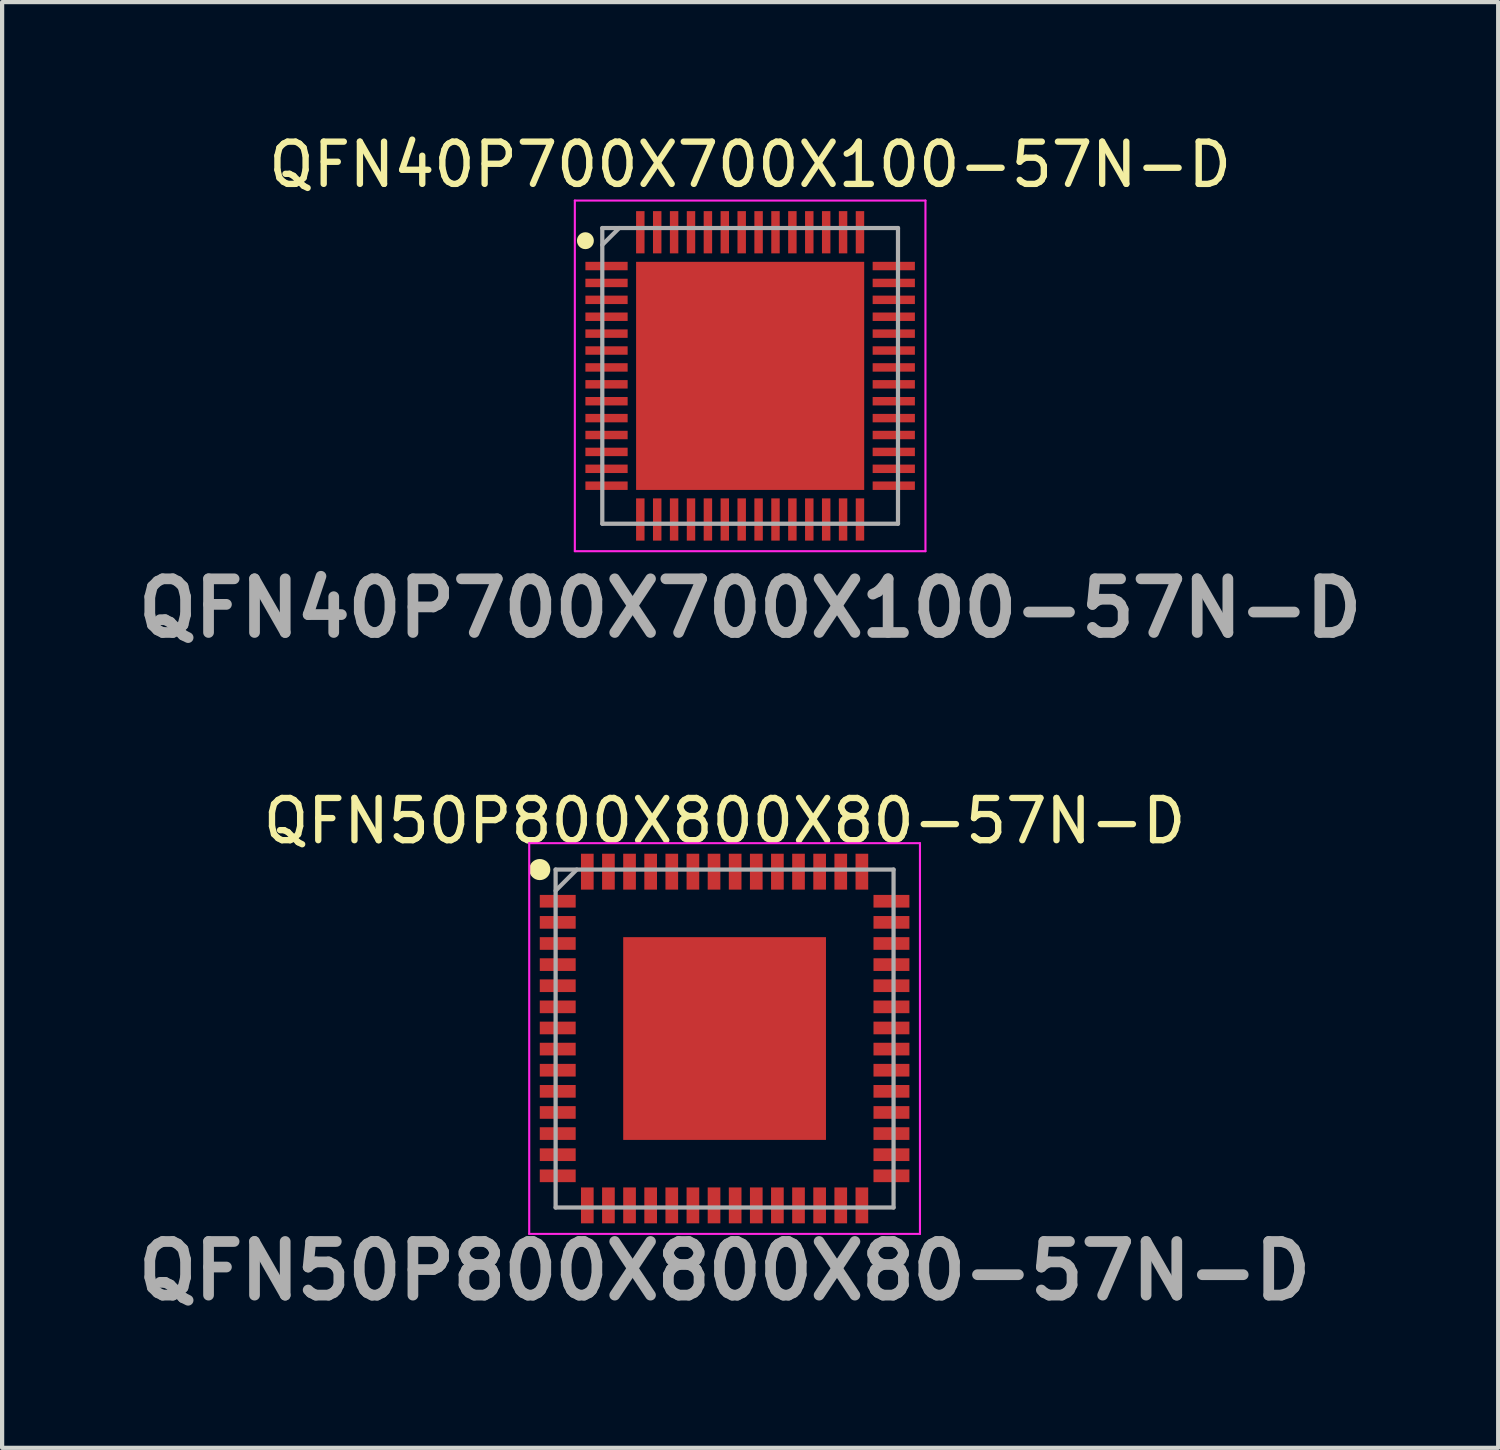
<source format=kicad_pcb>
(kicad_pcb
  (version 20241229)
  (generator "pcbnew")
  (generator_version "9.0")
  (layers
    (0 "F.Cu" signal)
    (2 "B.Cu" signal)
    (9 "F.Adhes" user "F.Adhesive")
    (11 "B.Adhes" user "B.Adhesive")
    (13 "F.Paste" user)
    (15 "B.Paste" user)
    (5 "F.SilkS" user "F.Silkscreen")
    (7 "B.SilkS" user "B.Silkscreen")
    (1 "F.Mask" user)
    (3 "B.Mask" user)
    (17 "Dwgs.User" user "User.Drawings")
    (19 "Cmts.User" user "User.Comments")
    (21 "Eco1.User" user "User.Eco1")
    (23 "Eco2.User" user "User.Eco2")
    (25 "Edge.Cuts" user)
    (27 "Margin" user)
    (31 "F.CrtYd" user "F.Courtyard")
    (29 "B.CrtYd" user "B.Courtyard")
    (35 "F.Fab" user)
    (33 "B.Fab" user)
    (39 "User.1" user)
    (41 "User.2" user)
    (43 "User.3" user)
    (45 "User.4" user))
  (footprint "QFN40P700X700X100-57N-D"
    (layer "F.Cu")
    (at 14.708 5.848)
    (property "Reference" "QFN40P700X700X100-57N-D" (at 0 -5 0) (layer "F.SilkS") (effects (font (size 1 1) (thickness 0.15))))
    (attr smd)
    (fp_circle (center -3.9 -3.2) (end -3.9 -3.1) (stroke (width 0.2) (type solid)) (fill no) (layer "F.SilkS"))
    (fp_line (start -4.15 -4.15) (end 4.15 -4.15) (stroke (width 0.05) (type solid)) (layer "F.CrtYd"))
    (fp_line (start -4.15 4.15) (end -4.15 -4.15) (stroke (width 0.05) (type solid)) (layer "F.CrtYd"))
    (fp_line (start 4.15 -4.15) (end 4.15 4.15) (stroke (width 0.05) (type solid)) (layer "F.CrtYd"))
    (fp_line (start 4.15 4.15) (end -4.15 4.15) (stroke (width 0.05) (type solid)) (layer "F.CrtYd"))
    (fp_line (start -3.5 -3.5) (end 3.5 -3.5) (stroke (width 0.1) (type solid)) (layer "F.Fab"))
    (fp_line (start -3.5 -3.1) (end -3.1 -3.5) (stroke (width 0.1) (type solid)) (layer "F.Fab"))
    (fp_line (start -3.5 3.5) (end -3.5 -3.5) (stroke (width 0.1) (type solid)) (layer "F.Fab"))
    (fp_line (start 3.5 -3.5) (end 3.5 3.5) (stroke (width 0.1) (type solid)) (layer "F.Fab"))
    (fp_line (start 3.5 3.5) (end -3.5 3.5) (stroke (width 0.1) (type solid)) (layer "F.Fab"))
    (fp_text user "${REFERENCE}" (at 0 5.5 0) (layer "F.Fab") (effects (font (size 1.27 1.27) (thickness 0.254))))
    (pad "1" smd rect (at -3.4 -2.6 90) (size 0.2 1) (layers "F.Cu" "F.Mask" "F.Paste"))
    (pad "2" smd rect (at -3.4 -2.2 90) (size 0.2 1) (layers "F.Cu" "F.Mask" "F.Paste"))
    (pad "3" smd rect (at -3.4 -1.8 90) (size 0.2 1) (layers "F.Cu" "F.Mask" "F.Paste"))
    (pad "4" smd rect (at -3.4 -1.4 90) (size 0.2 1) (layers "F.Cu" "F.Mask" "F.Paste"))
    (pad "5" smd rect (at -3.4 -1 90) (size 0.2 1) (layers "F.Cu" "F.Mask" "F.Paste"))
    (pad "6" smd rect (at -3.4 -0.6 90) (size 0.2 1) (layers "F.Cu" "F.Mask" "F.Paste"))
    (pad "7" smd rect (at -3.4 -0.2 90) (size 0.2 1) (layers "F.Cu" "F.Mask" "F.Paste"))
    (pad "8" smd rect (at -3.4 0.2 90) (size 0.2 1) (layers "F.Cu" "F.Mask" "F.Paste"))
    (pad "9" smd rect (at -3.4 0.6 90) (size 0.2 1) (layers "F.Cu" "F.Mask" "F.Paste"))
    (pad "10" smd rect (at -3.4 1 90) (size 0.2 1) (layers "F.Cu" "F.Mask" "F.Paste"))
    (pad "11" smd rect (at -3.4 1.4 90) (size 0.2 1) (layers "F.Cu" "F.Mask" "F.Paste"))
    (pad "12" smd rect (at -3.4 1.8 90) (size 0.2 1) (layers "F.Cu" "F.Mask" "F.Paste"))
    (pad "13" smd rect (at -3.4 2.2 90) (size 0.2 1) (layers "F.Cu" "F.Mask" "F.Paste"))
    (pad "14" smd rect (at -3.4 2.6 90) (size 0.2 1) (layers "F.Cu" "F.Mask" "F.Paste"))
    (pad "15" smd rect (at -2.6 3.4) (size 0.2 1) (layers "F.Cu" "F.Mask" "F.Paste"))
    (pad "16" smd rect (at -2.2 3.4) (size 0.2 1) (layers "F.Cu" "F.Mask" "F.Paste"))
    (pad "17" smd rect (at -1.8 3.4) (size 0.2 1) (layers "F.Cu" "F.Mask" "F.Paste"))
    (pad "18" smd rect (at -1.4 3.4) (size 0.2 1) (layers "F.Cu" "F.Mask" "F.Paste"))
    (pad "19" smd rect (at -1 3.4) (size 0.2 1) (layers "F.Cu" "F.Mask" "F.Paste"))
    (pad "20" smd rect (at -0.6 3.4) (size 0.2 1) (layers "F.Cu" "F.Mask" "F.Paste"))
    (pad "21" smd rect (at -0.2 3.4) (size 0.2 1) (layers "F.Cu" "F.Mask" "F.Paste"))
    (pad "22" smd rect (at 0.2 3.4) (size 0.2 1) (layers "F.Cu" "F.Mask" "F.Paste"))
    (pad "23" smd rect (at 0.6 3.4) (size 0.2 1) (layers "F.Cu" "F.Mask" "F.Paste"))
    (pad "24" smd rect (at 1 3.4) (size 0.2 1) (layers "F.Cu" "F.Mask" "F.Paste"))
    (pad "25" smd rect (at 1.4 3.4) (size 0.2 1) (layers "F.Cu" "F.Mask" "F.Paste"))
    (pad "26" smd rect (at 1.8 3.4) (size 0.2 1) (layers "F.Cu" "F.Mask" "F.Paste"))
    (pad "27" smd rect (at 2.2 3.4) (size 0.2 1) (layers "F.Cu" "F.Mask" "F.Paste"))
    (pad "28" smd rect (at 2.6 3.4) (size 0.2 1) (layers "F.Cu" "F.Mask" "F.Paste"))
    (pad "29" smd rect (at 3.4 2.6 90) (size 0.2 1) (layers "F.Cu" "F.Mask" "F.Paste"))
    (pad "30" smd rect (at 3.4 2.2 90) (size 0.2 1) (layers "F.Cu" "F.Mask" "F.Paste"))
    (pad "31" smd rect (at 3.4 1.8 90) (size 0.2 1) (layers "F.Cu" "F.Mask" "F.Paste"))
    (pad "32" smd rect (at 3.4 1.4 90) (size 0.2 1) (layers "F.Cu" "F.Mask" "F.Paste"))
    (pad "33" smd rect (at 3.4 1 90) (size 0.2 1) (layers "F.Cu" "F.Mask" "F.Paste"))
    (pad "34" smd rect (at 3.4 0.6 90) (size 0.2 1) (layers "F.Cu" "F.Mask" "F.Paste"))
    (pad "35" smd rect (at 3.4 0.2 90) (size 0.2 1) (layers "F.Cu" "F.Mask" "F.Paste"))
    (pad "36" smd rect (at 3.4 -0.2 90) (size 0.2 1) (layers "F.Cu" "F.Mask" "F.Paste"))
    (pad "37" smd rect (at 3.4 -0.6 90) (size 0.2 1) (layers "F.Cu" "F.Mask" "F.Paste"))
    (pad "38" smd rect (at 3.4 -1 90) (size 0.2 1) (layers "F.Cu" "F.Mask" "F.Paste"))
    (pad "39" smd rect (at 3.4 -1.4 90) (size 0.2 1) (layers "F.Cu" "F.Mask" "F.Paste"))
    (pad "40" smd rect (at 3.4 -1.8 90) (size 0.2 1) (layers "F.Cu" "F.Mask" "F.Paste"))
    (pad "41" smd rect (at 3.4 -2.2 90) (size 0.2 1) (layers "F.Cu" "F.Mask" "F.Paste"))
    (pad "42" smd rect (at 3.4 -2.6 90) (size 0.2 1) (layers "F.Cu" "F.Mask" "F.Paste"))
    (pad "43" smd rect (at 2.6 -3.4) (size 0.2 1) (layers "F.Cu" "F.Mask" "F.Paste"))
    (pad "44" smd rect (at 2.2 -3.4) (size 0.2 1) (layers "F.Cu" "F.Mask" "F.Paste"))
    (pad "45" smd rect (at 1.8 -3.4) (size 0.2 1) (layers "F.Cu" "F.Mask" "F.Paste"))
    (pad "46" smd rect (at 1.4 -3.4) (size 0.2 1) (layers "F.Cu" "F.Mask" "F.Paste"))
    (pad "47" smd rect (at 1 -3.4) (size 0.2 1) (layers "F.Cu" "F.Mask" "F.Paste"))
    (pad "48" smd rect (at 0.6 -3.4) (size 0.2 1) (layers "F.Cu" "F.Mask" "F.Paste"))
    (pad "49" smd rect (at 0.2 -3.4) (size 0.2 1) (layers "F.Cu" "F.Mask" "F.Paste"))
    (pad "50" smd rect (at -0.2 -3.4) (size 0.2 1) (layers "F.Cu" "F.Mask" "F.Paste"))
    (pad "51" smd rect (at -0.6 -3.4) (size 0.2 1) (layers "F.Cu" "F.Mask" "F.Paste"))
    (pad "52" smd rect (at -1 -3.4) (size 0.2 1) (layers "F.Cu" "F.Mask" "F.Paste"))
    (pad "53" smd rect (at -1.4 -3.4) (size 0.2 1) (layers "F.Cu" "F.Mask" "F.Paste"))
    (pad "54" smd rect (at -1.8 -3.4) (size 0.2 1) (layers "F.Cu" "F.Mask" "F.Paste"))
    (pad "55" smd rect (at -2.2 -3.4) (size 0.2 1) (layers "F.Cu" "F.Mask" "F.Paste"))
    (pad "56" smd rect (at -2.6 -3.4) (size 0.2 1) (layers "F.Cu" "F.Mask" "F.Paste"))
    (pad "57" smd rect (at 0 0) (size 5.4 5.4) (layers "F.Cu" "F.Mask" "F.Paste")))
  (footprint "QFN50P800X800X80-57N-D"
    (layer "F.Cu")
    (at 14.103 21.535)
    (property "Reference" "QFN50P800X800X80-57N-D" (at 0 -5.15 0) (layer "F.SilkS") (effects (font (size 1 1) (thickness 0.15))))
    (attr smd)
    (fp_circle (center -4.375 -4) (end -4.375 -3.875) (stroke (width 0.25) (type solid)) (fill no) (layer "F.SilkS"))
    (fp_line (start -4.625 -4.625) (end 4.625 -4.625) (stroke (width 0.05) (type solid)) (layer "F.CrtYd"))
    (fp_line (start -4.625 4.625) (end -4.625 -4.625) (stroke (width 0.05) (type solid)) (layer "F.CrtYd"))
    (fp_line (start 4.625 -4.625) (end 4.625 4.625) (stroke (width 0.05) (type solid)) (layer "F.CrtYd"))
    (fp_line (start 4.625 4.625) (end -4.625 4.625) (stroke (width 0.05) (type solid)) (layer "F.CrtYd"))
    (fp_line (start -4 -4) (end 4 -4) (stroke (width 0.1) (type solid)) (layer "F.Fab"))
    (fp_line (start -4 -3.5) (end -3.5 -4) (stroke (width 0.1) (type solid)) (layer "F.Fab"))
    (fp_line (start -4 4) (end -4 -4) (stroke (width 0.1) (type solid)) (layer "F.Fab"))
    (fp_line (start 4 -4) (end 4 4) (stroke (width 0.1) (type solid)) (layer "F.Fab"))
    (fp_line (start 4 4) (end -4 4) (stroke (width 0.1) (type solid)) (layer "F.Fab"))
    (fp_text user "${REFERENCE}" (at 0 5.5 0) (layer "F.Fab") (effects (font (size 1.27 1.27) (thickness 0.254))))
    (pad "1" smd rect (at -3.95 -3.25 90) (size 0.3 0.85) (layers "F.Cu" "F.Mask" "F.Paste"))
    (pad "2" smd rect (at -3.95 -2.75 90) (size 0.3 0.85) (layers "F.Cu" "F.Mask" "F.Paste"))
    (pad "3" smd rect (at -3.95 -2.25 90) (size 0.3 0.85) (layers "F.Cu" "F.Mask" "F.Paste"))
    (pad "4" smd rect (at -3.95 -1.75 90) (size 0.3 0.85) (layers "F.Cu" "F.Mask" "F.Paste"))
    (pad "5" smd rect (at -3.95 -1.25 90) (size 0.3 0.85) (layers "F.Cu" "F.Mask" "F.Paste"))
    (pad "6" smd rect (at -3.95 -0.75 90) (size 0.3 0.85) (layers "F.Cu" "F.Mask" "F.Paste"))
    (pad "7" smd rect (at -3.95 -0.25 90) (size 0.3 0.85) (layers "F.Cu" "F.Mask" "F.Paste"))
    (pad "8" smd rect (at -3.95 0.25 90) (size 0.3 0.85) (layers "F.Cu" "F.Mask" "F.Paste"))
    (pad "9" smd rect (at -3.95 0.75 90) (size 0.3 0.85) (layers "F.Cu" "F.Mask" "F.Paste"))
    (pad "10" smd rect (at -3.95 1.25 90) (size 0.3 0.85) (layers "F.Cu" "F.Mask" "F.Paste"))
    (pad "11" smd rect (at -3.95 1.75 90) (size 0.3 0.85) (layers "F.Cu" "F.Mask" "F.Paste"))
    (pad "12" smd rect (at -3.95 2.25 90) (size 0.3 0.85) (layers "F.Cu" "F.Mask" "F.Paste"))
    (pad "13" smd rect (at -3.95 2.75 90) (size 0.3 0.85) (layers "F.Cu" "F.Mask" "F.Paste"))
    (pad "14" smd rect (at -3.95 3.25 90) (size 0.3 0.85) (layers "F.Cu" "F.Mask" "F.Paste"))
    (pad "15" smd rect (at -3.25 3.95) (size 0.3 0.85) (layers "F.Cu" "F.Mask" "F.Paste"))
    (pad "16" smd rect (at -2.75 3.95) (size 0.3 0.85) (layers "F.Cu" "F.Mask" "F.Paste"))
    (pad "17" smd rect (at -2.25 3.95) (size 0.3 0.85) (layers "F.Cu" "F.Mask" "F.Paste"))
    (pad "18" smd rect (at -1.75 3.95) (size 0.3 0.85) (layers "F.Cu" "F.Mask" "F.Paste"))
    (pad "19" smd rect (at -1.25 3.95) (size 0.3 0.85) (layers "F.Cu" "F.Mask" "F.Paste"))
    (pad "20" smd rect (at -0.75 3.95) (size 0.3 0.85) (layers "F.Cu" "F.Mask" "F.Paste"))
    (pad "21" smd rect (at -0.25 3.95) (size 0.3 0.85) (layers "F.Cu" "F.Mask" "F.Paste"))
    (pad "22" smd rect (at 0.25 3.95) (size 0.3 0.85) (layers "F.Cu" "F.Mask" "F.Paste"))
    (pad "23" smd rect (at 0.75 3.95) (size 0.3 0.85) (layers "F.Cu" "F.Mask" "F.Paste"))
    (pad "24" smd rect (at 1.25 3.95) (size 0.3 0.85) (layers "F.Cu" "F.Mask" "F.Paste"))
    (pad "25" smd rect (at 1.75 3.95) (size 0.3 0.85) (layers "F.Cu" "F.Mask" "F.Paste"))
    (pad "26" smd rect (at 2.25 3.95) (size 0.3 0.85) (layers "F.Cu" "F.Mask" "F.Paste"))
    (pad "27" smd rect (at 2.75 3.95) (size 0.3 0.85) (layers "F.Cu" "F.Mask" "F.Paste"))
    (pad "28" smd rect (at 3.25 3.95) (size 0.3 0.85) (layers "F.Cu" "F.Mask" "F.Paste"))
    (pad "29" smd rect (at 3.95 3.25 90) (size 0.3 0.85) (layers "F.Cu" "F.Mask" "F.Paste"))
    (pad "30" smd rect (at 3.95 2.75 90) (size 0.3 0.85) (layers "F.Cu" "F.Mask" "F.Paste"))
    (pad "31" smd rect (at 3.95 2.25 90) (size 0.3 0.85) (layers "F.Cu" "F.Mask" "F.Paste"))
    (pad "32" smd rect (at 3.95 1.75 90) (size 0.3 0.85) (layers "F.Cu" "F.Mask" "F.Paste"))
    (pad "33" smd rect (at 3.95 1.25 90) (size 0.3 0.85) (layers "F.Cu" "F.Mask" "F.Paste"))
    (pad "34" smd rect (at 3.95 0.75 90) (size 0.3 0.85) (layers "F.Cu" "F.Mask" "F.Paste"))
    (pad "35" smd rect (at 3.95 0.25 90) (size 0.3 0.85) (layers "F.Cu" "F.Mask" "F.Paste"))
    (pad "36" smd rect (at 3.95 -0.25 90) (size 0.3 0.85) (layers "F.Cu" "F.Mask" "F.Paste"))
    (pad "37" smd rect (at 3.95 -0.75 90) (size 0.3 0.85) (layers "F.Cu" "F.Mask" "F.Paste"))
    (pad "38" smd rect (at 3.95 -1.25 90) (size 0.3 0.85) (layers "F.Cu" "F.Mask" "F.Paste"))
    (pad "39" smd rect (at 3.95 -1.75 90) (size 0.3 0.85) (layers "F.Cu" "F.Mask" "F.Paste"))
    (pad "40" smd rect (at 3.95 -2.25 90) (size 0.3 0.85) (layers "F.Cu" "F.Mask" "F.Paste"))
    (pad "41" smd rect (at 3.95 -2.75 90) (size 0.3 0.85) (layers "F.Cu" "F.Mask" "F.Paste"))
    (pad "42" smd rect (at 3.95 -3.25 90) (size 0.3 0.85) (layers "F.Cu" "F.Mask" "F.Paste"))
    (pad "43" smd rect (at 3.25 -3.95) (size 0.3 0.85) (layers "F.Cu" "F.Mask" "F.Paste"))
    (pad "44" smd rect (at 2.75 -3.95) (size 0.3 0.85) (layers "F.Cu" "F.Mask" "F.Paste"))
    (pad "45" smd rect (at 2.25 -3.95) (size 0.3 0.85) (layers "F.Cu" "F.Mask" "F.Paste"))
    (pad "46" smd rect (at 1.75 -3.95) (size 0.3 0.85) (layers "F.Cu" "F.Mask" "F.Paste"))
    (pad "47" smd rect (at 1.25 -3.95) (size 0.3 0.85) (layers "F.Cu" "F.Mask" "F.Paste"))
    (pad "48" smd rect (at 0.75 -3.95) (size 0.3 0.85) (layers "F.Cu" "F.Mask" "F.Paste"))
    (pad "49" smd rect (at 0.25 -3.95) (size 0.3 0.85) (layers "F.Cu" "F.Mask" "F.Paste"))
    (pad "50" smd rect (at -0.25 -3.95) (size 0.3 0.85) (layers "F.Cu" "F.Mask" "F.Paste"))
    (pad "51" smd rect (at -0.75 -3.95) (size 0.3 0.85) (layers "F.Cu" "F.Mask" "F.Paste"))
    (pad "52" smd rect (at -1.25 -3.95) (size 0.3 0.85) (layers "F.Cu" "F.Mask" "F.Paste"))
    (pad "53" smd rect (at -1.75 -3.95) (size 0.3 0.85) (layers "F.Cu" "F.Mask" "F.Paste"))
    (pad "54" smd rect (at -2.25 -3.95) (size 0.3 0.85) (layers "F.Cu" "F.Mask" "F.Paste"))
    (pad "55" smd rect (at -2.75 -3.95) (size 0.3 0.85) (layers "F.Cu" "F.Mask" "F.Paste"))
    (pad "56" smd rect (at -3.25 -3.95) (size 0.3 0.85) (layers "F.Cu" "F.Mask" "F.Paste"))
    (pad "57" smd rect (at 0 0) (size 4.8 4.8) (layers "F.Cu" "F.Mask" "F.Paste")))
  (gr_rect
    (start -3 -3)
    (end 32.416 31.224)
    (stroke (width 0.1) (type default))
    (fill no)
    (layer "Edge.Cuts")))
</source>
